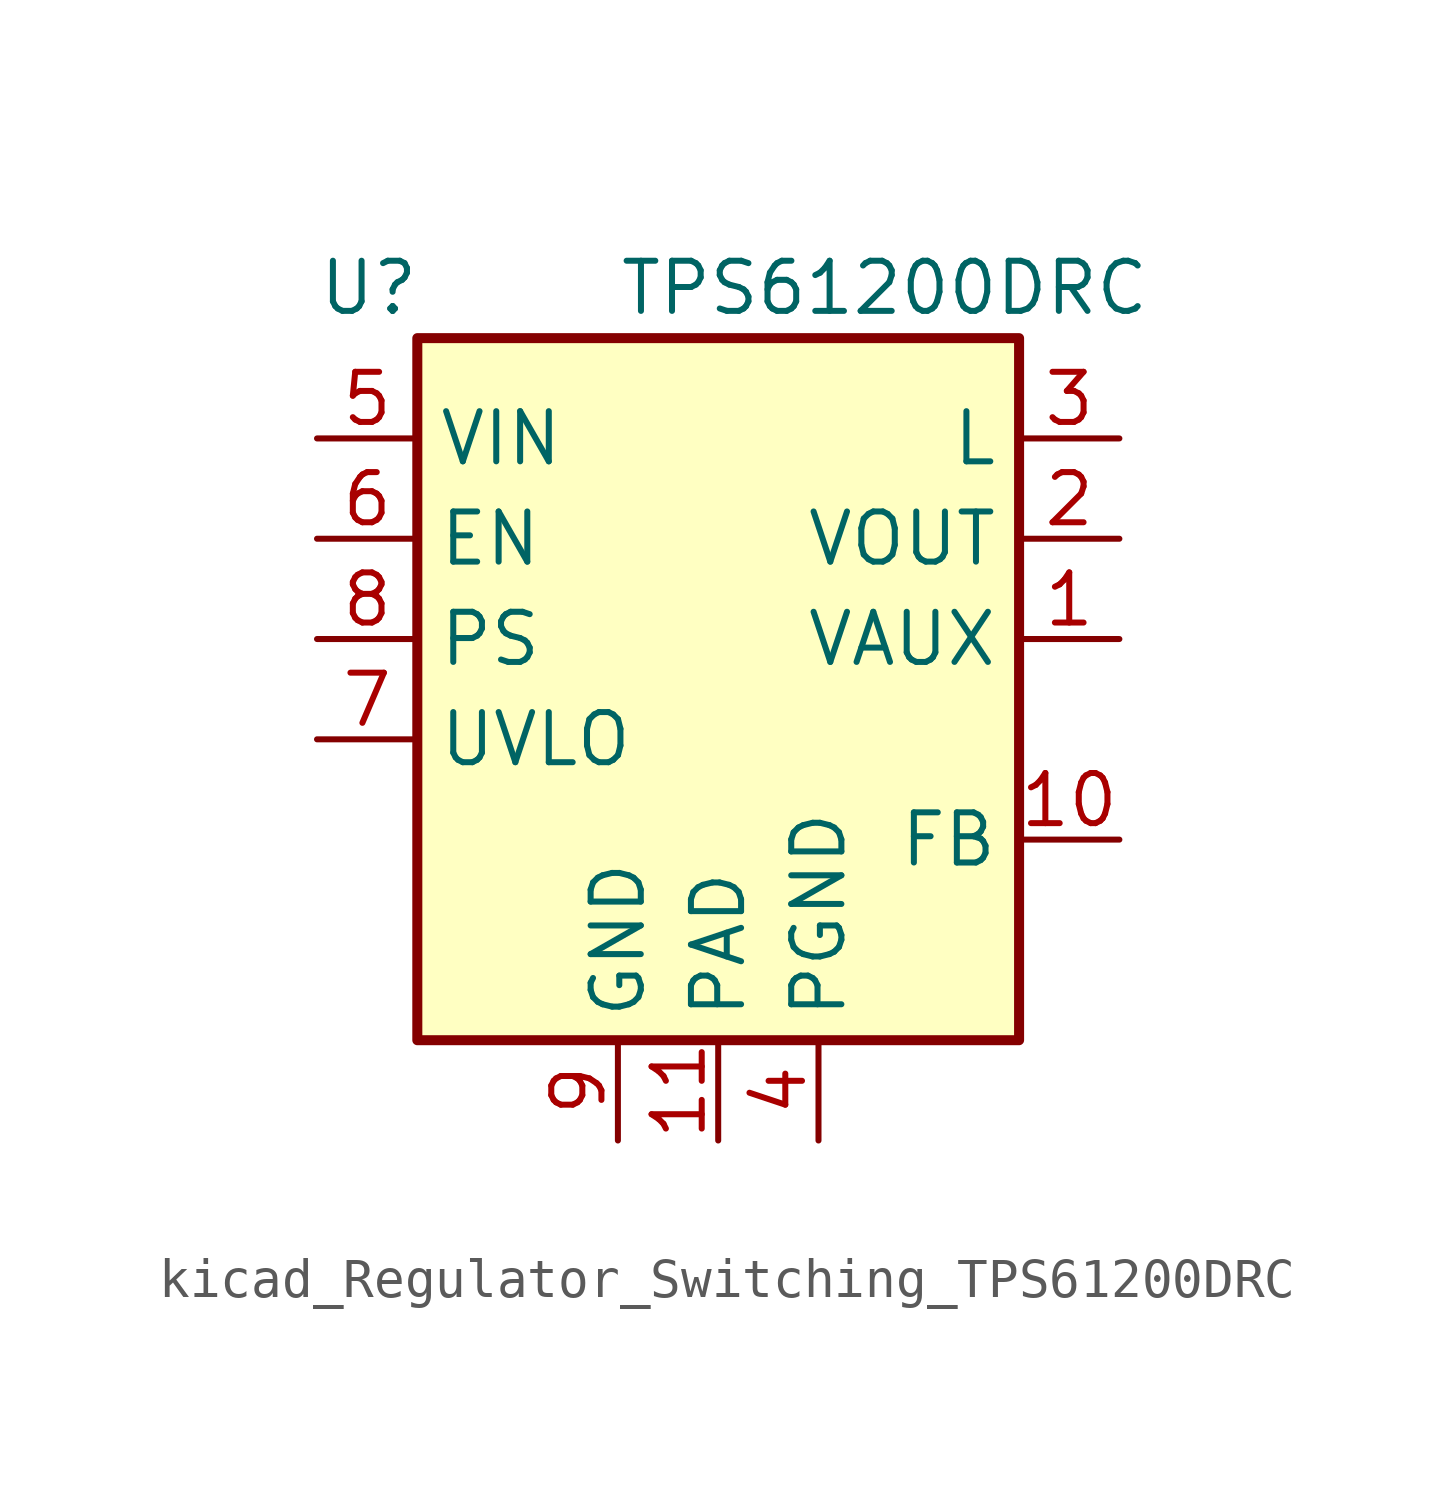
<source format=kicad_sym>
(kicad_symbol_lib
  (version 20220914)
  (generator kicad_symbol_editor)
  (symbol "kicad_Regulator_Switching_TPS61200DRC"
    (property "Reference" "U"
      (at -10.16 8.89 0)
      (effects (font (size 1.27 1.27)) (justify left)))
    (property "Value" "TPS61200DRC"
      (at -2.54 8.89 0)
      (effects (font (size 1.27 1.27)) (justify left)))
    (symbol "kicad_Regulator_Switching_TPS61200DRC_0_1"
      (rectangle (start -7.62 7.62) (end 7.62 -10.16) (stroke (width 0.254) (type default)) (fill (type background))))
    (symbol "kicad_Regulator_Switching_TPS61200DRC_1_1"
      (pin bidirectional line (at 10.16 0 180) (length 2.54) (name "VAUX" (effects (font (size 1.27 1.27)))) (number "1" (effects (font (size 1.27 1.27)))))
      (pin input line (at 10.16 -5.08 180) (length 2.54) (name "FB" (effects (font (size 1.27 1.27)))) (number "10" (effects (font (size 1.27 1.27)))))
      (pin power_in line (at 0 -12.7 90) (length 2.54) (name "PAD" (effects (font (size 1.27 1.27)))) (number "11" (effects (font (size 1.27 1.27)))))
      (pin power_out line (at 10.16 2.54 180) (length 2.54) (name "VOUT" (effects (font (size 1.27 1.27)))) (number "2" (effects (font (size 1.27 1.27)))))
      (pin input line (at 10.16 5.08 180) (length 2.54) (name "L" (effects (font (size 1.27 1.27)))) (number "3" (effects (font (size 1.27 1.27)))))
      (pin power_in line (at 2.54 -12.7 90) (length 2.54) (name "PGND" (effects (font (size 1.27 1.27)))) (number "4" (effects (font (size 1.27 1.27)))))
      (pin power_in line (at -10.16 5.08 0) (length 2.54) (name "VIN" (effects (font (size 1.27 1.27)))) (number "5" (effects (font (size 1.27 1.27)))))
      (pin input line (at -10.16 2.54 0) (length 2.54) (name "EN" (effects (font (size 1.27 1.27)))) (number "6" (effects (font (size 1.27 1.27)))))
      (pin input line (at -10.16 -2.54 0) (length 2.54) (name "UVLO" (effects (font (size 1.27 1.27)))) (number "7" (effects (font (size 1.27 1.27)))))
      (pin input line (at -10.16 0 0) (length 2.54) (name "PS" (effects (font (size 1.27 1.27)))) (number "8" (effects (font (size 1.27 1.27)))))
      (pin power_in line (at -2.54 -12.7 90) (length 2.54) (name "GND" (effects (font (size 1.27 1.27)))) (number "9" (effects (font (size 1.27 1.27))))))))
</source>
